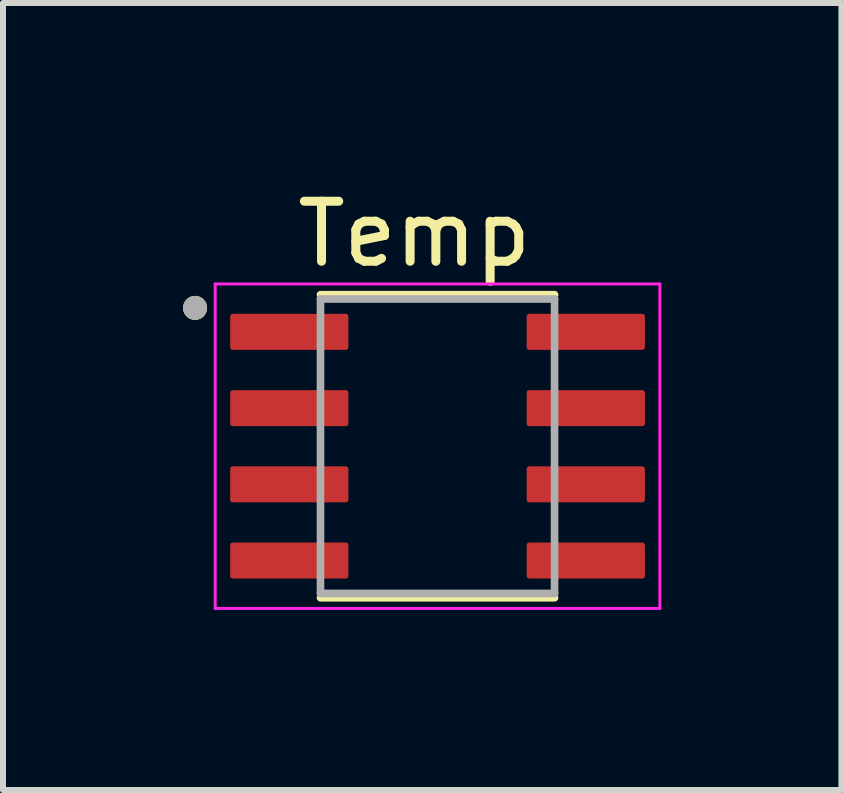
<source format=kicad_pcb>
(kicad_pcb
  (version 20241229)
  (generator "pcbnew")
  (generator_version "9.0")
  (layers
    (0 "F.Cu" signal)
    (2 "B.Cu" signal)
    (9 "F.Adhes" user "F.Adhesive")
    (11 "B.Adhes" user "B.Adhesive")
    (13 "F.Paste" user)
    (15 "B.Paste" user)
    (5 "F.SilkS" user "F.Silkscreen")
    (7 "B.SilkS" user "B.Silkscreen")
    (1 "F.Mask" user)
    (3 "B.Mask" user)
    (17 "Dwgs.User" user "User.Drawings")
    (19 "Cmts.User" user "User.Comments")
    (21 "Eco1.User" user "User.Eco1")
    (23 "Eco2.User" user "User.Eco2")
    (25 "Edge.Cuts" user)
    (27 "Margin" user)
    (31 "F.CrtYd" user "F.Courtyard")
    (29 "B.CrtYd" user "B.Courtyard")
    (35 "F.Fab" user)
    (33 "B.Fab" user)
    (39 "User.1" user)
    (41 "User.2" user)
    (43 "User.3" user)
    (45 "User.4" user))
  (footprint "Temp"
    (layer "F.Cu")
    (at 4.24 4.385)
    (property "Reference" "Temp" (at -0.385 -3.537 0) (layer "F.SilkS") (effects (font (size 1 1) (thickness 0.15))))
    (attr smd)
    (fp_line (start -1.95 -2.525) (end 1.95 -2.525) (stroke (width 0.127) (type solid)) (layer "F.SilkS"))
    (fp_line (start -1.95 2.525) (end 1.95 2.525) (stroke (width 0.127) (type solid)) (layer "F.SilkS"))
    (fp_circle (center -4.04 -2.305) (end -3.94 -2.305) (stroke (width 0.2) (type solid)) (fill no) (layer "F.SilkS"))
    (fp_line (start -3.705 -2.703) (end -3.705 2.703) (stroke (width 0.05) (type solid)) (layer "F.CrtYd"))
    (fp_line (start -3.705 -2.703) (end 3.705 -2.703) (stroke (width 0.05) (type solid)) (layer "F.CrtYd"))
    (fp_line (start -3.705 2.703) (end 3.705 2.703) (stroke (width 0.05) (type solid)) (layer "F.CrtYd"))
    (fp_line (start 3.705 -2.703) (end 3.705 2.703) (stroke (width 0.05) (type solid)) (layer "F.CrtYd"))
    (fp_line (start -1.95 -2.453) (end -1.95 2.453) (stroke (width 0.127) (type solid)) (layer "F.Fab"))
    (fp_line (start -1.95 -2.453) (end 1.95 -2.453) (stroke (width 0.127) (type solid)) (layer "F.Fab"))
    (fp_line (start -1.95 2.453) (end 1.95 2.453) (stroke (width 0.127) (type solid)) (layer "F.Fab"))
    (fp_line (start 1.95 -2.453) (end 1.95 2.453) (stroke (width 0.127) (type solid)) (layer "F.Fab"))
    (fp_circle (center -4.04 -2.305) (end -3.94 -2.305) (stroke (width 0.2) (type solid)) (fill no) (layer "F.Fab"))
    (pad "1" smd roundrect (at -2.47 -1.905) (size 1.97 0.6) (layers "F.Cu" "F.Mask" "F.Paste") (roundrect_rratio 0.07))
    (pad "2" smd roundrect (at -2.47 -0.635) (size 1.97 0.6) (layers "F.Cu" "F.Mask" "F.Paste") (roundrect_rratio 0.07))
    (pad "3" smd roundrect (at -2.47 0.635) (size 1.97 0.6) (layers "F.Cu" "F.Mask" "F.Paste") (roundrect_rratio 0.07))
    (pad "4" smd roundrect (at -2.47 1.905) (size 1.97 0.6) (layers "F.Cu" "F.Mask" "F.Paste") (roundrect_rratio 0.07))
    (pad "5" smd roundrect (at 2.47 1.905) (size 1.97 0.6) (layers "F.Cu" "F.Mask" "F.Paste") (roundrect_rratio 0.07))
    (pad "6" smd roundrect (at 2.47 0.635) (size 1.97 0.6) (layers "F.Cu" "F.Mask" "F.Paste") (roundrect_rratio 0.07))
    (pad "7" smd roundrect (at 2.47 -0.635) (size 1.97 0.6) (layers "F.Cu" "F.Mask" "F.Paste") (roundrect_rratio 0.07))
    (pad "8" smd roundrect (at 2.47 -1.905) (size 1.97 0.6) (layers "F.Cu" "F.Mask" "F.Paste") (roundrect_rratio 0.07)))
  (gr_rect
    (start -3 -3)
    (end 10.97 10.113)
    (stroke (width 0.1) (type default))
    (fill no)
    (layer "Edge.Cuts")))
</source>
